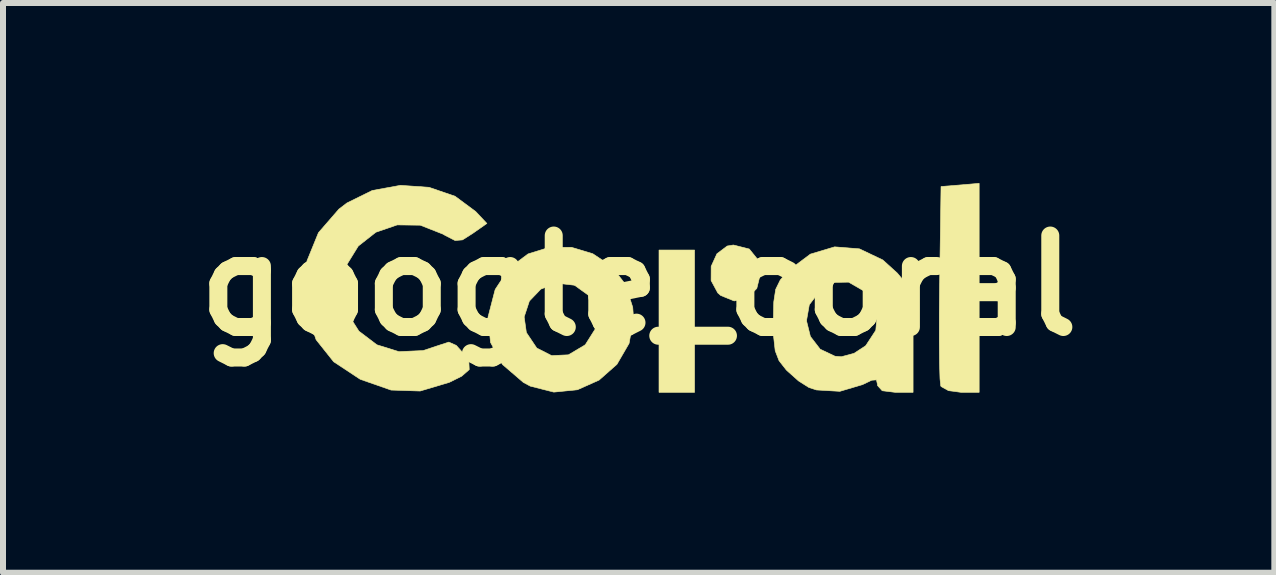
<source format=kicad_pcb>
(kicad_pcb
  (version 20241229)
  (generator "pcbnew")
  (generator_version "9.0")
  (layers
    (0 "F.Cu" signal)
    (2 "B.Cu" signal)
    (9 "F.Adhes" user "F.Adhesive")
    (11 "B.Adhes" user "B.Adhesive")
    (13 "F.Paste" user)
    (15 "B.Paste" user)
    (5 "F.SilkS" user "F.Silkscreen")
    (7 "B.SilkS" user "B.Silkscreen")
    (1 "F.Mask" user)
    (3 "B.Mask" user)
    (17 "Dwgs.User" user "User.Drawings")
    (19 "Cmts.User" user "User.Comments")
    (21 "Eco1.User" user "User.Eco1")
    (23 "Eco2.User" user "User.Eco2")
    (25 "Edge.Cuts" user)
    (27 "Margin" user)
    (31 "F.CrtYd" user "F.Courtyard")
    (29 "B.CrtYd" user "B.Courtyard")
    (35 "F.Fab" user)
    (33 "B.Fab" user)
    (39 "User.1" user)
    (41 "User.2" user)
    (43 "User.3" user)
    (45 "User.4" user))
  (footprint "google_coral"
    (layer "F.Cu")
    (at 7.591 1.709)
    (property "Reference" "google_coral" (at 0 0 0) (layer "F.SilkS") (effects (font (size 1.524 1.524) (thickness 0.3))))
    (attr through_hole)
    (fp_poly (pts (xy 0.931 1.778) (xy 0.339 1.778) (xy 0.339 -0.593) (xy 0.931 -0.593) (xy 0.931 1.778)) (stroke (width 0.01) (type solid)) (fill yes) (layer "F.SilkS"))
    (fp_poly (pts (xy 1.843 -0.61) (xy 1.998 -0.418) (xy 2.032 -0.212) (xy 1.968 0.047) (xy 1.806 0.209) (xy 1.591 0.255) (xy 1.367 0.164) (xy 1.318 0.121) (xy 1.207 -0.085) (xy 1.208 -0.321) (xy 1.304 -0.531) (xy 1.475 -0.66) (xy 1.578 -0.677) (xy 1.843 -0.61)) (stroke (width 0.01) (type solid)) (fill yes) (layer "F.SilkS"))
    (fp_poly (pts (xy 5.673 1.778) (xy 5.374 1.778) (xy 5.163 1.75) (xy 5.04 1.682) (xy 5.033 1.67) (xy 5.021 1.554) (xy 5.013 1.298) (xy 5.009 0.929) (xy 5.009 0.476) (xy 5.014 -0.033) (xy 5.015 -0.045) (xy 5.038 -1.651) (xy 5.355 -1.677) (xy 5.673 -1.704) (xy 5.673 1.778)) (stroke (width 0.01) (type solid)) (fill yes) (layer "F.SilkS"))
    (fp_poly (pts (xy -1.118 -0.638) (xy -0.764 -0.531) (xy -0.455 -0.325) (xy -0.223 -0.025) (xy -0.099 0.361) (xy -0.085 0.55) (xy -0.16 0.963) (xy -0.362 1.311) (xy -0.66 1.574) (xy -1.021 1.735) (xy -1.414 1.774) (xy -1.807 1.674) (xy -1.922 1.612) (xy -2.269 1.314) (xy -2.468 0.946) (xy -2.511 0.526) (xy -2.509 0.521) (xy -1.908 0.521) (xy -1.871 0.782) (xy -1.698 1.04) (xy -1.45 1.166) (xy -1.171 1.153) (xy -0.901 0.993) (xy -0.885 0.978) (xy -0.716 0.71) (xy -0.694 0.43) (xy -0.811 0.179) (xy -1.059 0.000177) (xy -1.079 -0.008) (xy -1.371 -0.042) (xy -1.63 0.058) (xy -1.821 0.257) (xy -1.908 0.521) (xy -2.509 0.521) (xy -2.393 0.073) (xy -2.387 0.059) (xy -2.153 -0.297) (xy -1.843 -0.528) (xy -1.488 -0.639) (xy -1.118 -0.638)) (stroke (width 0.01) (type solid)) (fill yes) (layer "F.SilkS"))
    (fp_poly (pts (xy -3.493 -1.638) (xy -3.059 -1.489) (xy -2.716 -1.235) (xy -2.529 -1.036) (xy -2.767 -0.869) (xy -2.936 -0.762) (xy -3.059 -0.752) (xy -3.223 -0.836) (xy -3.26 -0.858) (xy -3.639 -1.007) (xy -4.023 -1.012) (xy -4.378 -0.89) (xy -4.671 -0.66) (xy -4.869 -0.339) (xy -4.939 0.042) (xy -4.864 0.439) (xy -4.661 0.759) (xy -4.361 0.986) (xy -3.994 1.1) (xy -3.592 1.082) (xy -3.338 0.998) (xy -3.163 0.941) (xy -3.039 0.996) (xy -2.953 1.092) (xy -2.829 1.273) (xy -2.823 1.399) (xy -2.95 1.51) (xy -3.154 1.611) (xy -3.641 1.756) (xy -4.125 1.74) (xy -4.632 1.563) (xy -4.646 1.556) (xy -5.082 1.268) (xy -5.374 0.901) (xy -5.534 0.437) (xy -5.57 0.138) (xy -5.528 -0.408) (xy -5.335 -0.882) (xy -4.995 -1.274) (xy -4.861 -1.377) (xy -4.439 -1.585) (xy -3.969 -1.671) (xy -3.493 -1.638)) (stroke (width 0.01) (type solid)) (fill yes) (layer "F.SilkS"))
    (fp_poly (pts (xy 3.678 -0.613) (xy 4.067 -0.428) (xy 4.31 -0.208) (xy 4.43 -0.064) (xy 4.506 0.066) (xy 4.548 0.225) (xy 4.567 0.456) (xy 4.572 0.801) (xy 4.572 0.934) (xy 4.572 1.778) (xy 4.276 1.778) (xy 4.058 1.751) (xy 3.98 1.665) (xy 3.979 1.649) (xy 3.962 1.57) (xy 3.882 1.576) (xy 3.73 1.649) (xy 3.352 1.761) (xy 2.962 1.738) (xy 2.836 1.697) (xy 2.664 1.588) (xy 2.471 1.416) (xy 2.455 1.399) (xy 2.339 1.251) (xy 2.275 1.085) (xy 2.248 0.846) (xy 2.244 0.591) (xy 2.244 0.585) (xy 2.796 0.585) (xy 2.861 0.847) (xy 3.024 1.059) (xy 3.271 1.176) (xy 3.376 1.185) (xy 3.589 1.128) (xy 3.783 1.001) (xy 3.951 0.744) (xy 3.976 0.457) (xy 3.858 0.192) (xy 3.756 0.091) (xy 3.498 -0.058) (xy 3.263 -0.054) (xy 3.017 0.091) (xy 2.843 0.318) (xy 2.796 0.585) (xy 2.244 0.585) (xy 2.251 0.271) (xy 2.283 0.062) (xy 2.359 -0.093) (xy 2.494 -0.25) (xy 2.494 -0.25) (xy 2.861 -0.525) (xy 3.265 -0.646) (xy 3.678 -0.613)) (stroke (width 0.01) (type solid)) (fill yes) (layer "F.SilkS")))
  (gr_rect
    (start -3 -3)
    (end 18.182 6.492)
    (stroke (width 0.1) (type default))
    (fill no)
    (layer "Edge.Cuts")))
</source>
